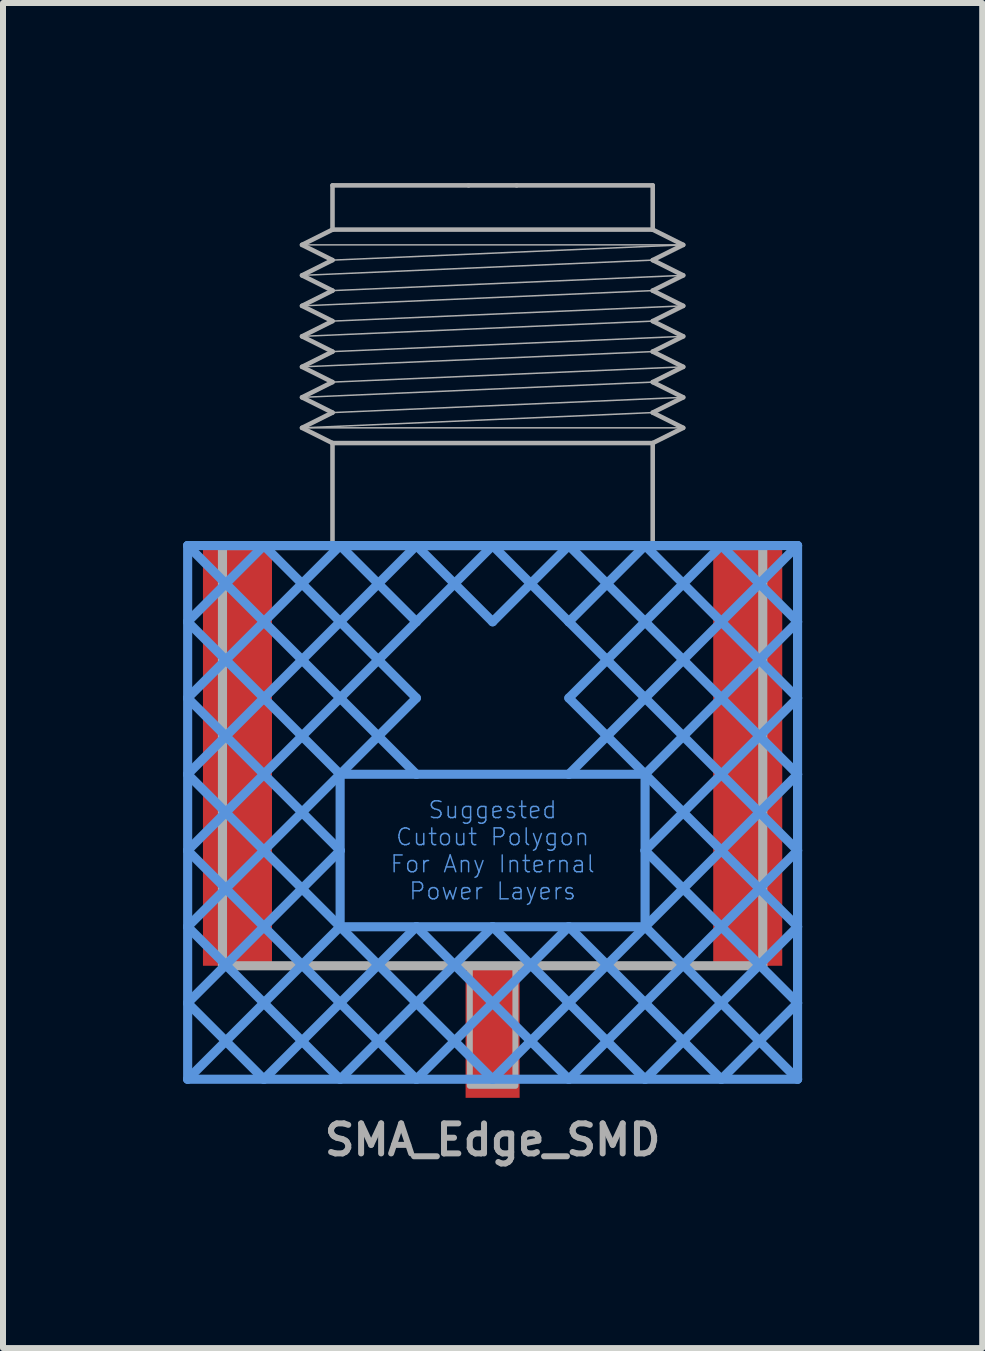
<source format=kicad_pcb>
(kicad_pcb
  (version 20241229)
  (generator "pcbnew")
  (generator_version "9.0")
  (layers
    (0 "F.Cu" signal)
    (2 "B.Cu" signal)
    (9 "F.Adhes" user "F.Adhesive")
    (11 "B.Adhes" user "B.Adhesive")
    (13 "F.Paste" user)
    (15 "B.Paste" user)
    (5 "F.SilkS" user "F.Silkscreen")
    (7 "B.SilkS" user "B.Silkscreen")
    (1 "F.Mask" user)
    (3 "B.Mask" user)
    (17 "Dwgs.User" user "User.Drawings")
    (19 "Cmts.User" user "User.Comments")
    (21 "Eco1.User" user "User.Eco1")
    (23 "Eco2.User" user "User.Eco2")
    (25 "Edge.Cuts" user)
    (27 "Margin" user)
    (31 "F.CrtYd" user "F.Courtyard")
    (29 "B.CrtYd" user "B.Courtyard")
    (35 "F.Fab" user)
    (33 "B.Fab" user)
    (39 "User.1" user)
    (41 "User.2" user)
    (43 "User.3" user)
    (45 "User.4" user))
  (footprint "SMA_Edge_SMD"
    (layer "F.Cu")
    (at 5.156 6.038)
    (property "Reference" "SMA_Edge_SMD" (at 0 9.9 0) (layer "F.Fab") (effects (font (size 0.5 0.5) (thickness 0.1) (bold yes))))
    (fp_poly (pts (xy -4.93 7) (xy -3.68 7) (xy -3.68 0) (xy -4.93 0)) (stroke (width 0) (type default)) (fill yes) (layer "F.Paste"))
    (fp_poly (pts (xy -0.55 9.39) (xy 0.55 9.39) (xy 0.55 6.99) (xy -0.55 6.99)) (stroke (width 0) (type default)) (fill yes) (layer "F.Paste"))
    (fp_poly (pts (xy 3.68 7) (xy 4.93 7) (xy 4.93 0) (xy 3.68 0)) (stroke (width 0) (type default)) (fill yes) (layer "F.Paste"))
    (fp_line (start -5.08 0) (end -5.08 1.27) (stroke (width 0.152) (type solid)) (layer "Cmts.User"))
    (fp_line (start -5.08 0) (end -1.27 3.81) (stroke (width 0.152) (type solid)) (layer "Cmts.User"))
    (fp_line (start -5.08 1.27) (end -5.08 2.54) (stroke (width 0.152) (type solid)) (layer "Cmts.User"))
    (fp_line (start -5.08 1.27) (end -2.54 3.81) (stroke (width 0.152) (type solid)) (layer "Cmts.User"))
    (fp_line (start -5.08 2.54) (end -5.08 3.81) (stroke (width 0.152) (type solid)) (layer "Cmts.User"))
    (fp_line (start -5.08 2.54) (end -2.54 5.08) (stroke (width 0.152) (type solid)) (layer "Cmts.User"))
    (fp_line (start -5.08 3.81) (end -5.08 5.08) (stroke (width 0.152) (type solid)) (layer "Cmts.User"))
    (fp_line (start -5.08 3.81) (end -2.54 6.35) (stroke (width 0.152) (type solid)) (layer "Cmts.User"))
    (fp_line (start -5.08 5.08) (end -5.08 6.35) (stroke (width 0.152) (type solid)) (layer "Cmts.User"))
    (fp_line (start -5.08 5.08) (end -1.27 8.89) (stroke (width 0.152) (type solid)) (layer "Cmts.User"))
    (fp_line (start -5.08 6.35) (end -5.08 7.62) (stroke (width 0.152) (type solid)) (layer "Cmts.User"))
    (fp_line (start -5.08 6.35) (end -2.54 8.89) (stroke (width 0.152) (type solid)) (layer "Cmts.User"))
    (fp_line (start -5.08 7.62) (end -5.08 8.89) (stroke (width 0.152) (type solid)) (layer "Cmts.User"))
    (fp_line (start -5.08 7.62) (end -3.81 8.89) (stroke (width 0.152) (type solid)) (layer "Cmts.User"))
    (fp_line (start -5.08 8.89) (end -3.81 8.89) (stroke (width 0.152) (type solid)) (layer "Cmts.User"))
    (fp_line (start -3.81 0) (end -5.08 0) (stroke (width 0.152) (type solid)) (layer "Cmts.User"))
    (fp_line (start -3.81 0) (end -5.08 1.27) (stroke (width 0.152) (type solid)) (layer "Cmts.User"))
    (fp_line (start -3.81 0) (end -1.27 2.54) (stroke (width 0.152) (type solid)) (layer "Cmts.User"))
    (fp_line (start -3.81 8.89) (end -2.54 8.89) (stroke (width 0.152) (type solid)) (layer "Cmts.User"))
    (fp_line (start -2.54 0) (end -5.08 2.54) (stroke (width 0.152) (type solid)) (layer "Cmts.User"))
    (fp_line (start -2.54 0) (end -3.81 0) (stroke (width 0.152) (type solid)) (layer "Cmts.User"))
    (fp_line (start -2.54 0) (end -1.27 1.27) (stroke (width 0.152) (type solid)) (layer "Cmts.User"))
    (fp_line (start -2.54 3.81) (end -5.08 6.35) (stroke (width 0.152) (type solid)) (layer "Cmts.User"))
    (fp_line (start -2.54 3.81) (end -2.54 5.08) (stroke (width 0.152) (type solid)) (layer "Cmts.User"))
    (fp_line (start -2.54 5.08) (end -5.08 7.62) (stroke (width 0.152) (type solid)) (layer "Cmts.User"))
    (fp_line (start -2.54 5.08) (end -2.54 6.35) (stroke (width 0.152) (type solid)) (layer "Cmts.User"))
    (fp_line (start -2.54 6.35) (end -5.08 8.89) (stroke (width 0.152) (type solid)) (layer "Cmts.User"))
    (fp_line (start -2.54 6.35) (end -1.27 6.35) (stroke (width 0.152) (type solid)) (layer "Cmts.User"))
    (fp_line (start -2.54 6.35) (end 0 8.89) (stroke (width 0.152) (type solid)) (layer "Cmts.User"))
    (fp_line (start -2.54 8.89) (end -1.27 8.89) (stroke (width 0.152) (type solid)) (layer "Cmts.User"))
    (fp_line (start -1.27 0) (end -5.08 3.81) (stroke (width 0.152) (type solid)) (layer "Cmts.User"))
    (fp_line (start -1.27 0) (end -2.54 0) (stroke (width 0.152) (type solid)) (layer "Cmts.User"))
    (fp_line (start -1.27 0) (end 0 1.27) (stroke (width 0.152) (type solid)) (layer "Cmts.User"))
    (fp_line (start -1.27 1.27) (end -5.08 5.08) (stroke (width 0.152) (type solid)) (layer "Cmts.User"))
    (fp_line (start -1.27 2.54) (end -2.54 3.81) (stroke (width 0.152) (type solid)) (layer "Cmts.User"))
    (fp_line (start -1.27 3.81) (end -2.54 3.81) (stroke (width 0.152) (type solid)) (layer "Cmts.User"))
    (fp_line (start -1.27 6.35) (end -3.81 8.89) (stroke (width 0.152) (type solid)) (layer "Cmts.User"))
    (fp_line (start -1.27 6.35) (end 0 6.35) (stroke (width 0.152) (type solid)) (layer "Cmts.User"))
    (fp_line (start -1.27 6.35) (end 1.27 8.89) (stroke (width 0.152) (type solid)) (layer "Cmts.User"))
    (fp_line (start -1.27 8.89) (end 0 8.89) (stroke (width 0.152) (type solid)) (layer "Cmts.User"))
    (fp_line (start 0 0) (end -1.27 0) (stroke (width 0.152) (type solid)) (layer "Cmts.User"))
    (fp_line (start 0 0) (end -1.27 1.27) (stroke (width 0.152) (type solid)) (layer "Cmts.User"))
    (fp_line (start 0 0) (end 1.27 1.27) (stroke (width 0.152) (type solid)) (layer "Cmts.User"))
    (fp_line (start 0 6.35) (end -2.54 8.89) (stroke (width 0.152) (type solid)) (layer "Cmts.User"))
    (fp_line (start 0 6.35) (end 1.27 6.35) (stroke (width 0.152) (type solid)) (layer "Cmts.User"))
    (fp_line (start 0 6.35) (end 2.54 8.89) (stroke (width 0.152) (type solid)) (layer "Cmts.User"))
    (fp_line (start 0 8.89) (end 1.27 8.89) (stroke (width 0.152) (type solid)) (layer "Cmts.User"))
    (fp_line (start 1.27 0) (end 0 0) (stroke (width 0.152) (type solid)) (layer "Cmts.User"))
    (fp_line (start 1.27 0) (end 0 1.27) (stroke (width 0.152) (type solid)) (layer "Cmts.User"))
    (fp_line (start 1.27 0) (end 5.08 3.81) (stroke (width 0.152) (type solid)) (layer "Cmts.User"))
    (fp_line (start 1.27 1.27) (end 5.08 5.08) (stroke (width 0.152) (type solid)) (layer "Cmts.User"))
    (fp_line (start 1.27 2.54) (end 2.54 3.81) (stroke (width 0.152) (type solid)) (layer "Cmts.User"))
    (fp_line (start 1.27 3.81) (end -1.27 3.81) (stroke (width 0.152) (type solid)) (layer "Cmts.User"))
    (fp_line (start 1.27 6.35) (end -1.27 8.89) (stroke (width 0.152) (type solid)) (layer "Cmts.User"))
    (fp_line (start 1.27 6.35) (end 2.54 6.35) (stroke (width 0.152) (type solid)) (layer "Cmts.User"))
    (fp_line (start 1.27 6.35) (end 3.81 8.89) (stroke (width 0.152) (type solid)) (layer "Cmts.User"))
    (fp_line (start 1.27 8.89) (end 2.54 8.89) (stroke (width 0.152) (type solid)) (layer "Cmts.User"))
    (fp_line (start 2.54 0) (end 1.27 0) (stroke (width 0.152) (type solid)) (layer "Cmts.User"))
    (fp_line (start 2.54 0) (end 1.27 1.27) (stroke (width 0.152) (type solid)) (layer "Cmts.User"))
    (fp_line (start 2.54 0) (end 5.08 2.54) (stroke (width 0.152) (type solid)) (layer "Cmts.User"))
    (fp_line (start 2.54 3.81) (end 1.27 3.81) (stroke (width 0.152) (type solid)) (layer "Cmts.User"))
    (fp_line (start 2.54 3.81) (end 5.08 6.35) (stroke (width 0.152) (type solid)) (layer "Cmts.User"))
    (fp_line (start 2.54 5.08) (end 2.54 3.81) (stroke (width 0.152) (type solid)) (layer "Cmts.User"))
    (fp_line (start 2.54 5.08) (end 5.08 7.62) (stroke (width 0.152) (type solid)) (layer "Cmts.User"))
    (fp_line (start 2.54 6.35) (end 0 8.89) (stroke (width 0.152) (type solid)) (layer "Cmts.User"))
    (fp_line (start 2.54 6.35) (end 2.54 5.08) (stroke (width 0.152) (type solid)) (layer "Cmts.User"))
    (fp_line (start 2.54 6.35) (end 5.08 8.89) (stroke (width 0.152) (type solid)) (layer "Cmts.User"))
    (fp_line (start 2.54 8.89) (end 3.81 8.89) (stroke (width 0.152) (type solid)) (layer "Cmts.User"))
    (fp_line (start 3.81 0) (end 1.27 2.54) (stroke (width 0.152) (type solid)) (layer "Cmts.User"))
    (fp_line (start 3.81 0) (end 2.54 0) (stroke (width 0.152) (type solid)) (layer "Cmts.User"))
    (fp_line (start 3.81 8.89) (end 5.08 8.89) (stroke (width 0.152) (type solid)) (layer "Cmts.User"))
    (fp_line (start 5.08 0) (end 1.27 3.81) (stroke (width 0.152) (type solid)) (layer "Cmts.User"))
    (fp_line (start 5.08 0) (end 3.81 0) (stroke (width 0.152) (type solid)) (layer "Cmts.User"))
    (fp_line (start 5.08 1.27) (end 2.54 3.81) (stroke (width 0.152) (type solid)) (layer "Cmts.User"))
    (fp_line (start 5.08 1.27) (end 3.81 0) (stroke (width 0.152) (type solid)) (layer "Cmts.User"))
    (fp_line (start 5.08 1.27) (end 5.08 0) (stroke (width 0.152) (type solid)) (layer "Cmts.User"))
    (fp_line (start 5.08 2.54) (end 2.54 5.08) (stroke (width 0.152) (type solid)) (layer "Cmts.User"))
    (fp_line (start 5.08 2.54) (end 5.08 1.27) (stroke (width 0.152) (type solid)) (layer "Cmts.User"))
    (fp_line (start 5.08 3.81) (end 2.54 6.35) (stroke (width 0.152) (type solid)) (layer "Cmts.User"))
    (fp_line (start 5.08 3.81) (end 5.08 2.54) (stroke (width 0.152) (type solid)) (layer "Cmts.User"))
    (fp_line (start 5.08 5.08) (end 1.27 8.89) (stroke (width 0.152) (type solid)) (layer "Cmts.User"))
    (fp_line (start 5.08 5.08) (end 5.08 3.81) (stroke (width 0.152) (type solid)) (layer "Cmts.User"))
    (fp_line (start 5.08 6.35) (end 2.54 8.89) (stroke (width 0.152) (type solid)) (layer "Cmts.User"))
    (fp_line (start 5.08 6.35) (end 5.08 5.08) (stroke (width 0.152) (type solid)) (layer "Cmts.User"))
    (fp_line (start 5.08 7.62) (end 3.81 8.89) (stroke (width 0.152) (type solid)) (layer "Cmts.User"))
    (fp_line (start 5.08 7.62) (end 5.08 6.35) (stroke (width 0.152) (type solid)) (layer "Cmts.User"))
    (fp_line (start 5.08 8.89) (end 5.08 7.62) (stroke (width 0.152) (type solid)) (layer "Cmts.User"))
    (fp_line (start -4.5 0) (end -2.667 0) (stroke (width 0.152) (type solid)) (layer "F.Fab"))
    (fp_line (start -4.5 7) (end -4.5 0) (stroke (width 0.152) (type solid)) (layer "F.Fab"))
    (fp_line (start -3.175 -5.009) (end -2.667 -5.263) (stroke (width 0.076) (type solid)) (layer "F.Fab"))
    (fp_line (start -3.175 -4.501) (end -2.667 -4.755) (stroke (width 0.076) (type solid)) (layer "F.Fab"))
    (fp_line (start -3.175 -4.501) (end 2.667 -4.755) (stroke (width 0.025) (type solid)) (layer "F.Fab"))
    (fp_line (start -3.175 -3.993) (end -2.667 -4.247) (stroke (width 0.076) (type solid)) (layer "F.Fab"))
    (fp_line (start -3.175 -3.993) (end -2.667 -3.739) (stroke (width 0.076) (type solid)) (layer "F.Fab"))
    (fp_line (start -3.175 -3.993) (end 2.667 -4.247) (stroke (width 0.025) (type solid)) (layer "F.Fab"))
    (fp_line (start -3.175 -3.485) (end -2.667 -3.739) (stroke (width 0.076) (type solid)) (layer "F.Fab"))
    (fp_line (start -3.175 -3.485) (end 2.667 -3.739) (stroke (width 0.025) (type solid)) (layer "F.Fab"))
    (fp_line (start -3.175 -2.977) (end -2.667 -3.231) (stroke (width 0.076) (type solid)) (layer "F.Fab"))
    (fp_line (start -3.175 -2.977) (end 2.667 -3.231) (stroke (width 0.025) (type solid)) (layer "F.Fab"))
    (fp_line (start -3.175 -2.469) (end -2.667 -2.723) (stroke (width 0.076) (type solid)) (layer "F.Fab"))
    (fp_line (start -3.175 -2.469) (end 2.667 -2.723) (stroke (width 0.025) (type solid)) (layer "F.Fab"))
    (fp_line (start -3.175 -1.961) (end -2.667 -2.215) (stroke (width 0.076) (type solid)) (layer "F.Fab"))
    (fp_line (start -3.175 -1.961) (end 2.667 -2.215) (stroke (width 0.025) (type solid)) (layer "F.Fab"))
    (fp_line (start -3.175 -1.961) (end 3.175 -1.961) (stroke (width 0.025) (type solid)) (layer "F.Fab"))
    (fp_line (start -2.667 -6) (end -0.4 -6) (stroke (width 0.076) (type solid)) (layer "F.Fab"))
    (fp_line (start -2.667 -5.263) (end -2.667 -6) (stroke (width 0.076) (type solid)) (layer "F.Fab"))
    (fp_line (start -2.667 -5.263) (end 2.667 -5.263) (stroke (width 0.076) (type solid)) (layer "F.Fab"))
    (fp_line (start -2.667 -4.755) (end -3.175 -5.009) (stroke (width 0.076) (type solid)) (layer "F.Fab"))
    (fp_line (start -2.667 -4.755) (end 3.175 -5.009) (stroke (width 0.025) (type solid)) (layer "F.Fab"))
    (fp_line (start -2.667 -4.247) (end -3.175 -4.501) (stroke (width 0.076) (type solid)) (layer "F.Fab"))
    (fp_line (start -2.667 -4.247) (end 3.175 -4.501) (stroke (width 0.025) (type solid)) (layer "F.Fab"))
    (fp_line (start -2.667 -3.739) (end 3.175 -3.993) (stroke (width 0.025) (type solid)) (layer "F.Fab"))
    (fp_line (start -2.667 -3.231) (end -3.175 -3.485) (stroke (width 0.076) (type solid)) (layer "F.Fab"))
    (fp_line (start -2.667 -3.231) (end 3.175 -3.485) (stroke (width 0.025) (type solid)) (layer "F.Fab"))
    (fp_line (start -2.667 -2.723) (end -3.175 -2.977) (stroke (width 0.076) (type solid)) (layer "F.Fab"))
    (fp_line (start -2.667 -2.723) (end 3.175 -2.977) (stroke (width 0.025) (type solid)) (layer "F.Fab"))
    (fp_line (start -2.667 -2.215) (end -3.175 -2.469) (stroke (width 0.076) (type solid)) (layer "F.Fab"))
    (fp_line (start -2.667 -2.215) (end 3.175 -2.469) (stroke (width 0.025) (type solid)) (layer "F.Fab"))
    (fp_line (start -2.667 -1.707) (end -3.175 -1.961) (stroke (width 0.076) (type solid)) (layer "F.Fab"))
    (fp_line (start -2.667 -1.707) (end 2.667 -1.707) (stroke (width 0.076) (type solid)) (layer "F.Fab"))
    (fp_line (start -2.667 0) (end -2.667 -1.707) (stroke (width 0.076) (type solid)) (layer "F.Fab"))
    (fp_line (start -2.667 0) (end 2.667 0) (stroke (width 0.152) (type solid)) (layer "F.Fab"))
    (fp_line (start -0.4 -6) (end 0.4 -6) (stroke (width 0.076) (type solid)) (layer "F.Fab"))
    (fp_line (start 0.4 -6) (end 2.667 -6) (stroke (width 0.076) (type solid)) (layer "F.Fab"))
    (fp_line (start 2.667 -6) (end 2.667 -5.263) (stroke (width 0.076) (type solid)) (layer "F.Fab"))
    (fp_line (start 2.667 -5.263) (end 3.175 -5.009) (stroke (width 0.076) (type solid)) (layer "F.Fab"))
    (fp_line (start 2.667 -4.755) (end 3.175 -4.501) (stroke (width 0.076) (type solid)) (layer "F.Fab"))
    (fp_line (start 2.667 -4.247) (end 3.175 -3.993) (stroke (width 0.076) (type solid)) (layer "F.Fab"))
    (fp_line (start 2.667 -3.739) (end 3.175 -3.485) (stroke (width 0.076) (type solid)) (layer "F.Fab"))
    (fp_line (start 2.667 -3.231) (end 3.175 -2.977) (stroke (width 0.076) (type solid)) (layer "F.Fab"))
    (fp_line (start 2.667 -2.723) (end 3.175 -2.469) (stroke (width 0.076) (type solid)) (layer "F.Fab"))
    (fp_line (start 2.667 -2.215) (end 3.175 -1.961) (stroke (width 0.076) (type solid)) (layer "F.Fab"))
    (fp_line (start 2.667 -1.707) (end 2.667 0) (stroke (width 0.076) (type solid)) (layer "F.Fab"))
    (fp_line (start 2.667 0) (end 4.5 0) (stroke (width 0.152) (type solid)) (layer "F.Fab"))
    (fp_line (start 3.175 -5.009) (end -3.175 -5.009) (stroke (width 0.025) (type solid)) (layer "F.Fab"))
    (fp_line (start 3.175 -5.009) (end 2.667 -4.755) (stroke (width 0.076) (type solid)) (layer "F.Fab"))
    (fp_line (start 3.175 -4.501) (end 2.667 -4.247) (stroke (width 0.076) (type solid)) (layer "F.Fab"))
    (fp_line (start 3.175 -3.993) (end 2.667 -3.739) (stroke (width 0.076) (type solid)) (layer "F.Fab"))
    (fp_line (start 3.175 -3.485) (end 2.667 -3.231) (stroke (width 0.076) (type solid)) (layer "F.Fab"))
    (fp_line (start 3.175 -2.977) (end 2.667 -2.723) (stroke (width 0.076) (type solid)) (layer "F.Fab"))
    (fp_line (start 3.175 -2.469) (end 2.667 -2.215) (stroke (width 0.076) (type solid)) (layer "F.Fab"))
    (fp_line (start 3.175 -1.961) (end 2.667 -1.707) (stroke (width 0.076) (type solid)) (layer "F.Fab"))
    (fp_line (start 4.5 0) (end 4.5 7) (stroke (width 0.152) (type solid)) (layer "F.Fab"))
    (fp_line (start 4.5 7) (end -4.5 7) (stroke (width 0.152) (type solid)) (layer "F.Fab"))
    (fp_poly (pts (xy 0.38 7) (xy -0.38 7) (xy -0.38 9) (xy 0.38 9)) (stroke (width 0.1) (type default)) (fill no) (layer "F.Fab"))
    (fp_text user "Suggested\nCutout Polygon\nFor Any Internal\nPower Layers" (at 0 5.08 0) (layer "Cmts.User") (effects (font (size 0.28 0.28) (thickness 0.024))))
    (pad "GND@0" smd rect (at -4.25 3.5) (size 1.15 7) (layers "F.Cu" "F.Mask"))
    (pad "GND@1" smd rect (at 4.25 3.5) (size 1.15 7) (layers "F.Cu" "F.Mask"))
    (pad "SIG" smd rect (at 0 8.1) (size 0.9 2.2) (layers "F.Cu" "F.Mask")))
  (gr_rect
    (start -3 -3)
    (end 13.312 19.406)
    (stroke (width 0.1) (type default))
    (fill no)
    (layer "Edge.Cuts")))
</source>
